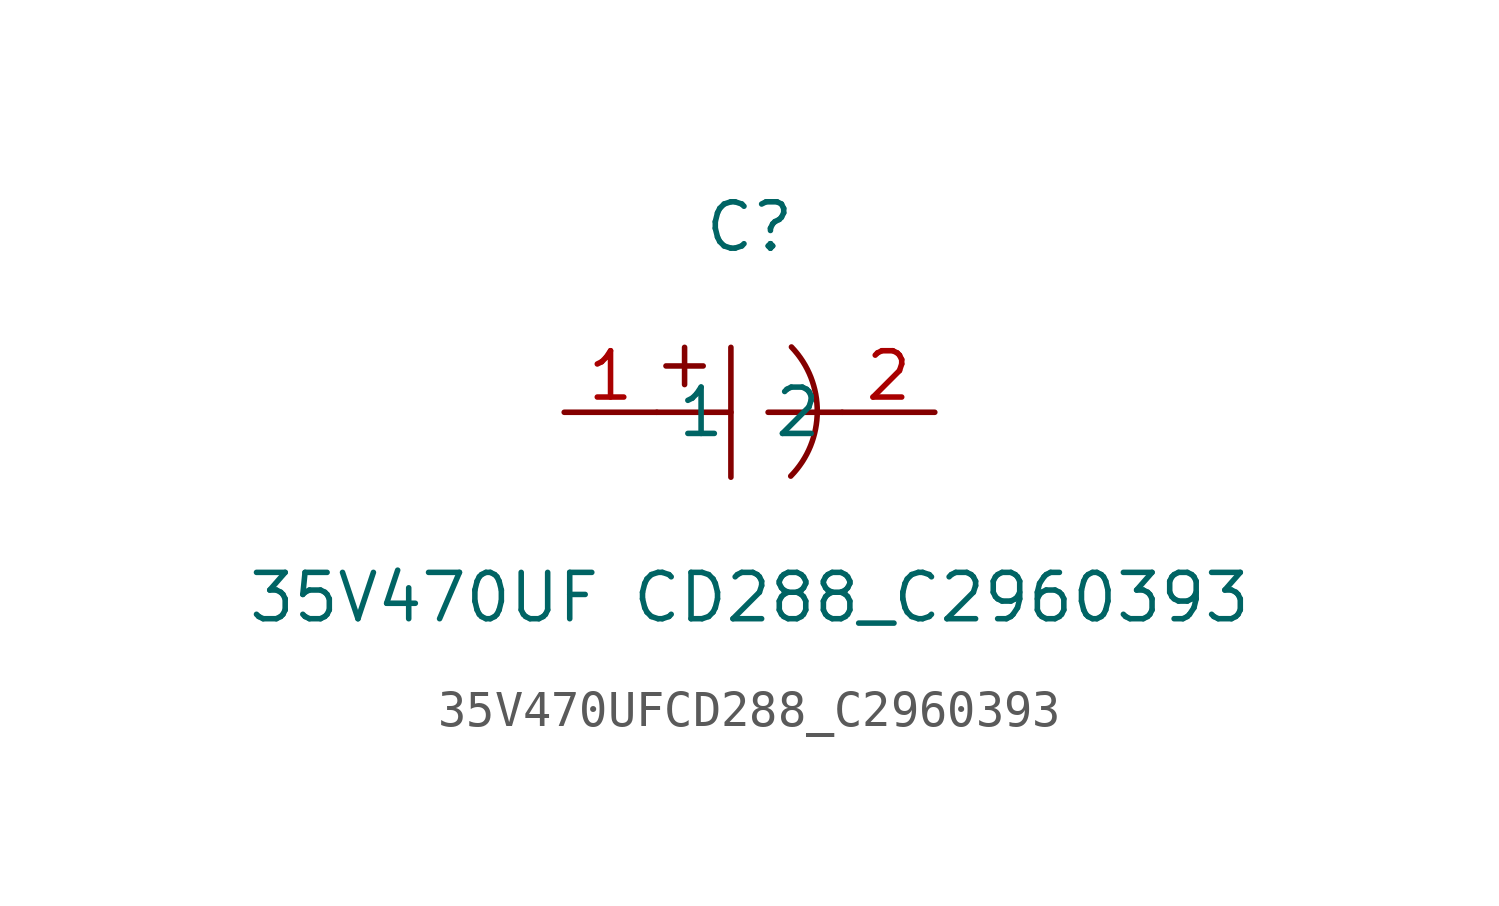
<source format=kicad_sym>
(kicad_symbol_lib
  (version 1)
  (generator "faebryk")
  (symbol "35V470UFCD288_C2960393"
    (property "Reference" "C"
      (at 0 5.08 0)
      (effects (font (size 1.27 1.27)) (hide no)))
    (property "Value" "35V470UF CD288_C2960393"
      (at 0 -5.08 0)
      (effects (font (size 1.27 1.27)) (hide no)))
    (symbol "35V470UFCD288_C2960393_0_1"
      (polyline (stroke (width 0) (type default) (color 0 0 0 0)) (fill (type none)) (pts (xy -0.51 1.78) (xy -0.51 -1.78)))
      (polyline (stroke (width 0) (type default) (color 0 0 0 0)) (fill (type none)) (pts (xy -2.54 0) (xy -0.51 0)))
      (polyline (stroke (width 0) (type default) (color 0 0 0 0)) (fill (type none)) (pts (xy 0.51 0) (xy 2.54 0)))
      (polyline (stroke (width 0) (type default) (color 0 0 0 0)) (fill (type none)) (pts (xy -2.29 1.27) (xy -1.27 1.27)))
      (polyline (stroke (width 0) (type default) (color 0 0 0 0)) (fill (type none)) (pts (xy -1.78 1.78) (xy -1.78 0.76)))
      (arc (start 1.13 -1.75) (mid 5.47 -0.41) (end 1.15 1.79) (stroke (width 0) (type default) (color 0 0 0 0)) (fill (type none)))
      (pin input line (at -5.08 0 0) (length 2.54) (name "1" (effects (font (size 1.27 1.27)) (hide no))) (number "1" (effects (font (size 1.27 1.27)) (hide no))))
      (pin input line (at 5.08 0 180) (length 2.54) (name "2" (effects (font (size 1.27 1.27)) (hide no))) (number "2" (effects (font (size 1.27 1.27)) (hide no)))))))
</source>
